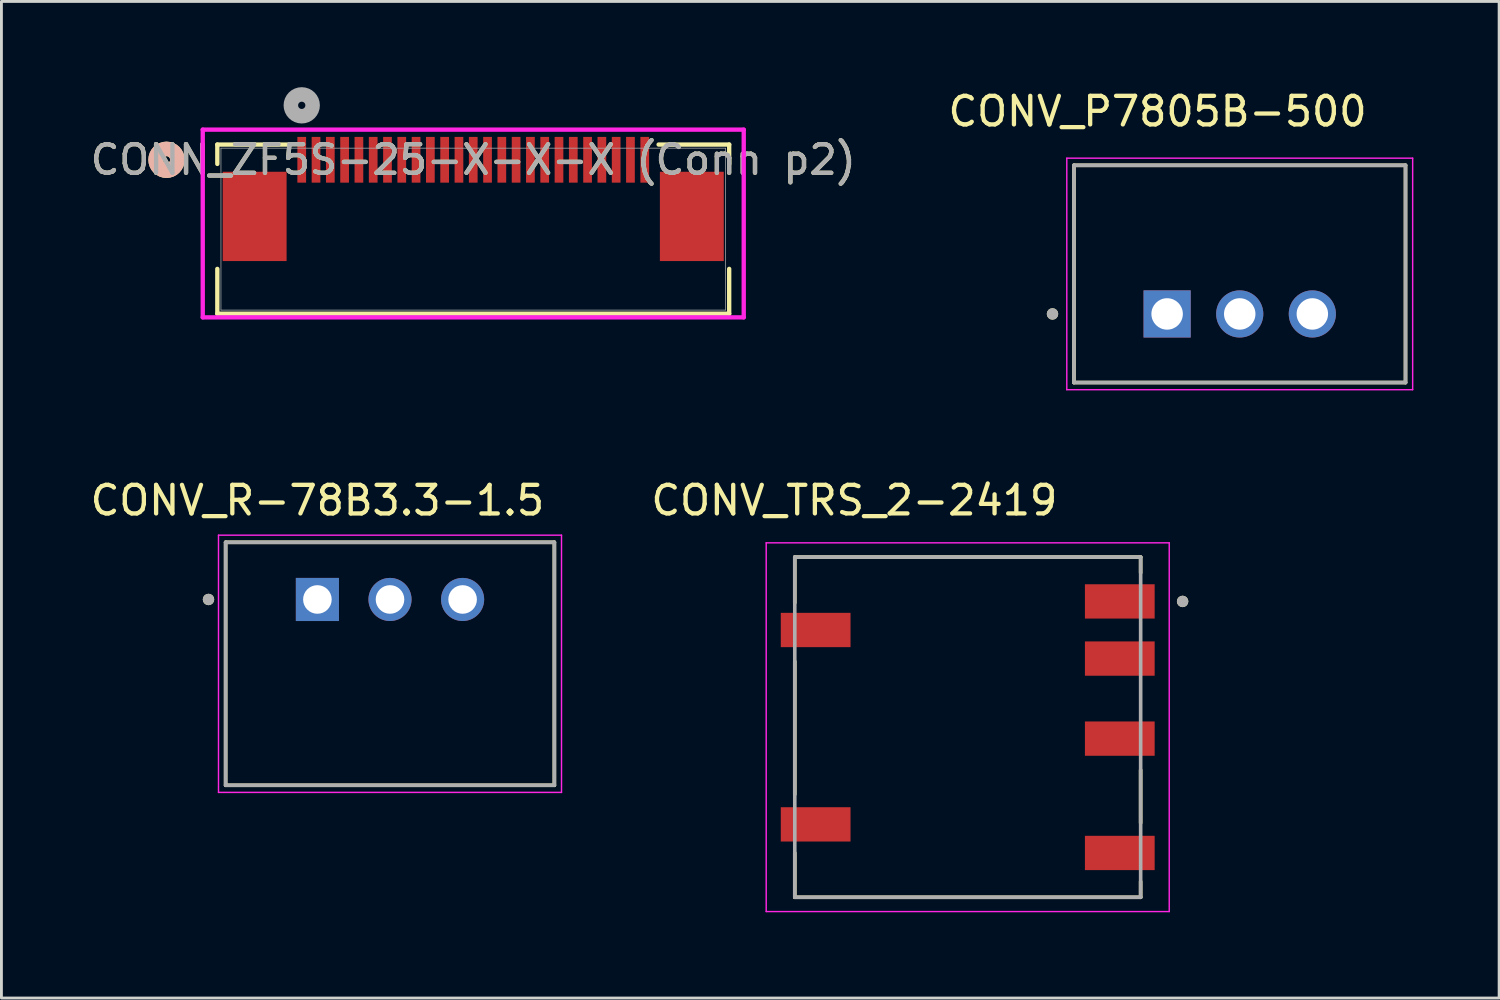
<source format=kicad_pcb>
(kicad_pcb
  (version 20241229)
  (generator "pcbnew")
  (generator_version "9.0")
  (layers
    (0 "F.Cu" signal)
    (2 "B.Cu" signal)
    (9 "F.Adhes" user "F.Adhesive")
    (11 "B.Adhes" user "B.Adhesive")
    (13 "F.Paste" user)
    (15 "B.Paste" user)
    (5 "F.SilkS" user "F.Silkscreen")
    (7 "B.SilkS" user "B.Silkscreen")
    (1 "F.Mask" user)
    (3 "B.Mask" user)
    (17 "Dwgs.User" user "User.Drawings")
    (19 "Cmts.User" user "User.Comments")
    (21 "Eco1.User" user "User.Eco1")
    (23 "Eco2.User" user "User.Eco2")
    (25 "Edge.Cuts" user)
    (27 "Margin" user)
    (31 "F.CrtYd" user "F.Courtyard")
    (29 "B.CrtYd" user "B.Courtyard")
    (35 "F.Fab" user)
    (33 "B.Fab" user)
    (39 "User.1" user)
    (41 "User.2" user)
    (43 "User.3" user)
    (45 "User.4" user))
  (footprint "CONV_R-78B3.3-1.5"
    (layer "F.Cu")
    (at 10.594 20.172)
    (property "Reference" "CONV_R-78B3.3-1.5" (at -2.54 -5.715 180) (layer "F.SilkS") (effects (font (size 1 1) (thickness 0.15))))
    (attr through_hole)
    (fp_line (start -5.75 -4.25) (end -5.75 4.25) (stroke (width 0.127) (type solid)) (layer "F.SilkS"))
    (fp_line (start -5.75 4.25) (end 5.75 4.25) (stroke (width 0.127) (type solid)) (layer "F.SilkS"))
    (fp_line (start 5.75 -4.25) (end -5.75 -4.25) (stroke (width 0.127) (type solid)) (layer "F.SilkS"))
    (fp_line (start 5.75 4.25) (end 5.75 -4.25) (stroke (width 0.127) (type solid)) (layer "F.SilkS"))
    (fp_circle (center -6.35 -2.25) (end -6.25 -2.25) (stroke (width 0.2) (type solid)) (fill no) (layer "F.SilkS"))
    (fp_line (start -6 -4.5) (end -6 4.5) (stroke (width 0.05) (type solid)) (layer "F.CrtYd"))
    (fp_line (start -6 4.5) (end 6 4.5) (stroke (width 0.05) (type solid)) (layer "F.CrtYd"))
    (fp_line (start 6 -4.5) (end -6 -4.5) (stroke (width 0.05) (type solid)) (layer "F.CrtYd"))
    (fp_line (start 6 4.5) (end 6 -4.5) (stroke (width 0.05) (type solid)) (layer "F.CrtYd"))
    (fp_line (start -5.75 -4.25) (end -5.75 4.25) (stroke (width 0.127) (type solid)) (layer "F.Fab"))
    (fp_line (start -5.75 4.25) (end 5.75 4.25) (stroke (width 0.127) (type solid)) (layer "F.Fab"))
    (fp_line (start 5.75 -4.25) (end -5.75 -4.25) (stroke (width 0.127) (type solid)) (layer "F.Fab"))
    (fp_line (start 5.75 4.25) (end 5.75 -4.25) (stroke (width 0.127) (type solid)) (layer "F.Fab"))
    (fp_circle (center -6.35 -2.25) (end -6.25 -2.25) (stroke (width 0.2) (type solid)) (fill no) (layer "F.Fab"))
    (pad "1" thru_hole rect (at -2.54 -2.25) (size 1.508 1.508) (drill 1) (layers "*.Cu" "*.Mask"))
    (pad "2" thru_hole circle (at 0 -2.25) (size 1.508 1.508) (drill 1) (layers "*.Cu" "*.Mask"))
    (pad "3" thru_hole circle (at 2.54 -2.25) (size 1.508 1.508) (drill 1) (layers "*.Cu" "*.Mask")))
  (footprint "CONV_P7805B-500"
    (layer "F.Cu")
    (at 40.321 6.533)
    (property "Reference" "CONV_P7805B-500" (at -2.875 -5.685 0) (layer "F.SilkS") (effects (font (size 1 1) (thickness 0.15))))
    (attr through_hole)
    (fp_line (start -5.8 -3.8) (end -5.8 3.8) (stroke (width 0.127) (type solid)) (layer "F.SilkS"))
    (fp_line (start -5.8 3.8) (end 5.8 3.8) (stroke (width 0.127) (type solid)) (layer "F.SilkS"))
    (fp_line (start 5.8 -3.8) (end -5.8 -3.8) (stroke (width 0.127) (type solid)) (layer "F.SilkS"))
    (fp_line (start 5.8 3.8) (end 5.8 -3.8) (stroke (width 0.127) (type solid)) (layer "F.SilkS"))
    (fp_circle (center -6.55 1.4) (end -6.45 1.4) (stroke (width 0.2) (type solid)) (fill no) (layer "F.SilkS"))
    (fp_line (start -6.05 -4.05) (end -6.05 4.05) (stroke (width 0.05) (type solid)) (layer "F.CrtYd"))
    (fp_line (start -6.05 4.05) (end 6.05 4.05) (stroke (width 0.05) (type solid)) (layer "F.CrtYd"))
    (fp_line (start 6.05 -4.05) (end -6.05 -4.05) (stroke (width 0.05) (type solid)) (layer "F.CrtYd"))
    (fp_line (start 6.05 4.05) (end 6.05 -4.05) (stroke (width 0.05) (type solid)) (layer "F.CrtYd"))
    (fp_line (start -5.8 -3.8) (end -5.8 3.8) (stroke (width 0.127) (type solid)) (layer "F.Fab"))
    (fp_line (start -5.8 3.8) (end 5.8 3.8) (stroke (width 0.127) (type solid)) (layer "F.Fab"))
    (fp_line (start 5.8 -3.8) (end -5.8 -3.8) (stroke (width 0.127) (type solid)) (layer "F.Fab"))
    (fp_line (start 5.8 3.8) (end 5.8 -3.8) (stroke (width 0.127) (type solid)) (layer "F.Fab"))
    (fp_circle (center -6.55 1.4) (end -6.45 1.4) (stroke (width 0.2) (type solid)) (fill no) (layer "F.Fab"))
    (pad "1" thru_hole rect (at -2.54 1.4) (size 1.65 1.65) (drill 1.1) (layers "*.Cu" "*.Mask"))
    (pad "2" thru_hole circle (at 0 1.4) (size 1.65 1.65) (drill 1.1) (layers "*.Cu" "*.Mask"))
    (pad "3" thru_hole circle (at 2.54 1.4) (size 1.65 1.65) (drill 1.1) (layers "*.Cu" "*.Mask")))
  (footprint "CONV_TRS_2-2419"
    (layer "F.Cu")
    (at 30.805 22.39)
    (property "Reference" "CONV_TRS_2-2419" (at -3.966 -7.934 0) (layer "F.SilkS") (effects (font (size 1 1) (thickness 0.15))))
    (attr smd)
    (fp_line (start -6.05 -5.95) (end 6.05 -5.95) (stroke (width 0.127) (type solid)) (layer "F.SilkS"))
    (fp_line (start -6.05 -4.35) (end -6.05 -5.95) (stroke (width 0.127) (type solid)) (layer "F.SilkS"))
    (fp_line (start -6.05 -2.3) (end -6.05 2.35) (stroke (width 0.127) (type solid)) (layer "F.SilkS"))
    (fp_line (start -6.05 4.4) (end -6.05 5.95) (stroke (width 0.127) (type solid)) (layer "F.SilkS"))
    (fp_line (start -6.05 5.95) (end 6.05 5.95) (stroke (width 0.127) (type solid)) (layer "F.SilkS"))
    (fp_line (start 6.05 -5.95) (end 6.05 -5.4) (stroke (width 0.127) (type solid)) (layer "F.SilkS"))
    (fp_line (start 6.05 1.5) (end 6.05 3.35) (stroke (width 0.127) (type solid)) (layer "F.SilkS"))
    (fp_line (start 6.05 5.95) (end 6.05 5.4) (stroke (width 0.127) (type solid)) (layer "F.SilkS"))
    (fp_circle (center 7.518 -4.4) (end 7.618 -4.4) (stroke (width 0.2) (type solid)) (fill no) (layer "F.SilkS"))
    (fp_line (start -7.05 -6.45) (end -7.05 6.45) (stroke (width 0.05) (type solid)) (layer "F.CrtYd"))
    (fp_line (start -7.05 6.45) (end 7.05 6.45) (stroke (width 0.05) (type solid)) (layer "F.CrtYd"))
    (fp_line (start 7.05 -6.45) (end -7.05 -6.45) (stroke (width 0.05) (type solid)) (layer "F.CrtYd"))
    (fp_line (start 7.05 -6.45) (end 7.05 6.45) (stroke (width 0.05) (type solid)) (layer "F.CrtYd"))
    (fp_line (start -6.05 -5.95) (end -6.05 5.95) (stroke (width 0.127) (type solid)) (layer "F.Fab"))
    (fp_line (start -6.05 5.95) (end 6.05 5.95) (stroke (width 0.127) (type solid)) (layer "F.Fab"))
    (fp_line (start 6.05 -5.95) (end -6.05 -5.95) (stroke (width 0.127) (type solid)) (layer "F.Fab"))
    (fp_line (start 6.05 -5.95) (end 6.05 5.95) (stroke (width 0.127) (type solid)) (layer "F.Fab"))
    (fp_circle (center 7.518 -4.4) (end 7.618 -4.4) (stroke (width 0.2) (type solid)) (fill no) (layer "F.Fab"))
    (pad "1" smd rect (at 5.32 -4.4) (size 2.44 1.2) (layers "F.Cu" "F.Mask" "F.Paste"))
    (pad "2" smd rect (at 5.32 -2.4) (size 2.44 1.2) (layers "F.Cu" "F.Mask" "F.Paste"))
    (pad "3" smd rect (at 5.32 0.4) (size 2.44 1.2) (layers "F.Cu" "F.Mask" "F.Paste"))
    (pad "5" smd rect (at 5.32 4.4) (size 2.44 1.2) (layers "F.Cu" "F.Mask" "F.Paste"))
    (pad "6" smd rect (at -5.32 -3.4) (size 2.44 1.2) (layers "F.Cu" "F.Mask" "F.Paste"))
    (pad "7" smd rect (at -5.32 3.4) (size 2.44 1.2) (layers "F.Cu" "F.Mask" "F.Paste")))
  (footprint "CONN_ZF5S-25-X-X-X (Conn p2)"
    (layer "F.Cu")
    (at 7.506 2.54)
    (property "Reference" "CONN_ZF5S-25-X-X-X (Conn p2)" (at 6 0 0) (unlocked yes) (layer "F.SilkS") (effects (font (size 1 1) (thickness 0.15))))
    (attr smd)
    (fp_line (start -2.953 -0.533) (end -2.953 0.145) (stroke (width 0.152) (type solid)) (layer "F.SilkS"))
    (fp_line (start -2.953 3.817) (end -2.953 5.385) (stroke (width 0.152) (type solid)) (layer "F.SilkS"))
    (fp_line (start -2.953 5.385) (end 14.954 5.385) (stroke (width 0.152) (type solid)) (layer "F.SilkS"))
    (fp_line (start -0.485 -0.533) (end -2.953 -0.533) (stroke (width 0.152) (type solid)) (layer "F.SilkS"))
    (fp_line (start 14.954 -0.533) (end 12.485 -0.533) (stroke (width 0.152) (type solid)) (layer "F.SilkS"))
    (fp_line (start 14.954 0.145) (end 14.954 -0.533) (stroke (width 0.152) (type solid)) (layer "F.SilkS"))
    (fp_line (start 14.954 5.385) (end 14.954 3.817) (stroke (width 0.152) (type solid)) (layer "F.SilkS"))
    (fp_circle (center -4.731 0) (end -4.35 0) (stroke (width 0.508) (type solid)) (fill no) (layer "F.SilkS"))
    (fp_circle (center -4.731 0) (end -4.35 0) (stroke (width 0.508) (type solid)) (fill no) (layer "B.SilkS"))
    (fp_line (start -3.463 -1.054) (end -3.463 5.512) (stroke (width 0.152) (type solid)) (layer "F.CrtYd"))
    (fp_line (start -3.463 5.512) (end 15.463 5.512) (stroke (width 0.152) (type solid)) (layer "F.CrtYd"))
    (fp_line (start 15.463 -1.054) (end -3.463 -1.054) (stroke (width 0.152) (type solid)) (layer "F.CrtYd"))
    (fp_line (start 15.463 5.512) (end 15.463 -1.054) (stroke (width 0.152) (type solid)) (layer "F.CrtYd"))
    (fp_line (start -2.826 -0.406) (end -2.826 5.258) (stroke (width 0.025) (type solid)) (layer "F.Fab"))
    (fp_line (start -2.826 5.258) (end 14.827 5.258) (stroke (width 0.025) (type solid)) (layer "F.Fab"))
    (fp_line (start 14.827 -0.406) (end -2.826 -0.406) (stroke (width 0.025) (type solid)) (layer "F.Fab"))
    (fp_line (start 14.827 5.258) (end 14.827 -0.406) (stroke (width 0.025) (type solid)) (layer "F.Fab"))
    (fp_circle (center 0 -1.905) (end 0.381 -1.905) (stroke (width 0.508) (type solid)) (fill no) (layer "F.Fab"))
    (fp_text user "${REFERENCE}" (at 6 0 0) (unlocked yes) (layer "F.Fab") (effects (font (size 1 1) (thickness 0.15))))
    (pad "1" smd rect (at 0 0) (size 0.305 1.6) (layers "F.Cu" "F.Mask" "F.Paste"))
    (pad "2" smd rect (at 0.5 0) (size 0.305 1.6) (layers "F.Cu" "F.Mask" "F.Paste"))
    (pad "3" smd rect (at 1 0) (size 0.305 1.6) (layers "F.Cu" "F.Mask" "F.Paste"))
    (pad "4" smd rect (at 1.5 0) (size 0.305 1.6) (layers "F.Cu" "F.Mask" "F.Paste"))
    (pad "5" smd rect (at 2 0) (size 0.305 1.6) (layers "F.Cu" "F.Mask" "F.Paste"))
    (pad "6" smd rect (at 2.5 0) (size 0.305 1.6) (layers "F.Cu" "F.Mask" "F.Paste"))
    (pad "7" smd rect (at 3 0) (size 0.305 1.6) (layers "F.Cu" "F.Mask" "F.Paste"))
    (pad "8" smd rect (at 3.5 0) (size 0.305 1.6) (layers "F.Cu" "F.Mask" "F.Paste"))
    (pad "9" smd rect (at 4 0) (size 0.305 1.6) (layers "F.Cu" "F.Mask" "F.Paste"))
    (pad "10" smd rect (at 4.5 0) (size 0.305 1.6) (layers "F.Cu" "F.Mask" "F.Paste"))
    (pad "11" smd rect (at 5 0) (size 0.305 1.6) (layers "F.Cu" "F.Mask" "F.Paste"))
    (pad "12" smd rect (at 5.5 0) (size 0.305 1.6) (layers "F.Cu" "F.Mask" "F.Paste"))
    (pad "13" smd rect (at 6 0) (size 0.305 1.6) (layers "F.Cu" "F.Mask" "F.Paste"))
    (pad "14" smd rect (at 6.5 0) (size 0.305 1.6) (layers "F.Cu" "F.Mask" "F.Paste"))
    (pad "15" smd rect (at 7 0) (size 0.305 1.6) (layers "F.Cu" "F.Mask" "F.Paste"))
    (pad "16" smd rect (at 7.5 0) (size 0.305 1.6) (layers "F.Cu" "F.Mask" "F.Paste"))
    (pad "17" smd rect (at 8 0) (size 0.305 1.6) (layers "F.Cu" "F.Mask" "F.Paste"))
    (pad "18" smd rect (at 8.5 0) (size 0.305 1.6) (layers "F.Cu" "F.Mask" "F.Paste"))
    (pad "19" smd rect (at 9 0) (size 0.305 1.6) (layers "F.Cu" "F.Mask" "F.Paste"))
    (pad "20" smd rect (at 9.5 0) (size 0.305 1.6) (layers "F.Cu" "F.Mask" "F.Paste"))
    (pad "21" smd rect (at 10 0) (size 0.305 1.6) (layers "F.Cu" "F.Mask" "F.Paste"))
    (pad "22" smd rect (at 10.5 0) (size 0.305 1.6) (layers "F.Cu" "F.Mask" "F.Paste"))
    (pad "23" smd rect (at 11 0) (size 0.305 1.6) (layers "F.Cu" "F.Mask" "F.Paste"))
    (pad "24" smd rect (at 11.5 0) (size 0.305 1.6) (layers "F.Cu" "F.Mask" "F.Paste"))
    (pad "25" smd rect (at 12 0) (size 0.305 1.6) (layers "F.Cu" "F.Mask" "F.Paste"))
    (pad "26" smd rect (at -1.647 1.981 90) (size 3.124 2.235) (layers "F.Cu" "F.Mask" "F.Paste"))
    (pad "27" smd rect (at 13.647 1.981 90) (size 3.124 2.235) (layers "F.Cu" "F.Mask" "F.Paste")))
  (gr_rect
    (start -3 -3)
    (end 49.396 31.866)
    (stroke (width 0.1) (type default))
    (fill no)
    (layer "Edge.Cuts")))
</source>
